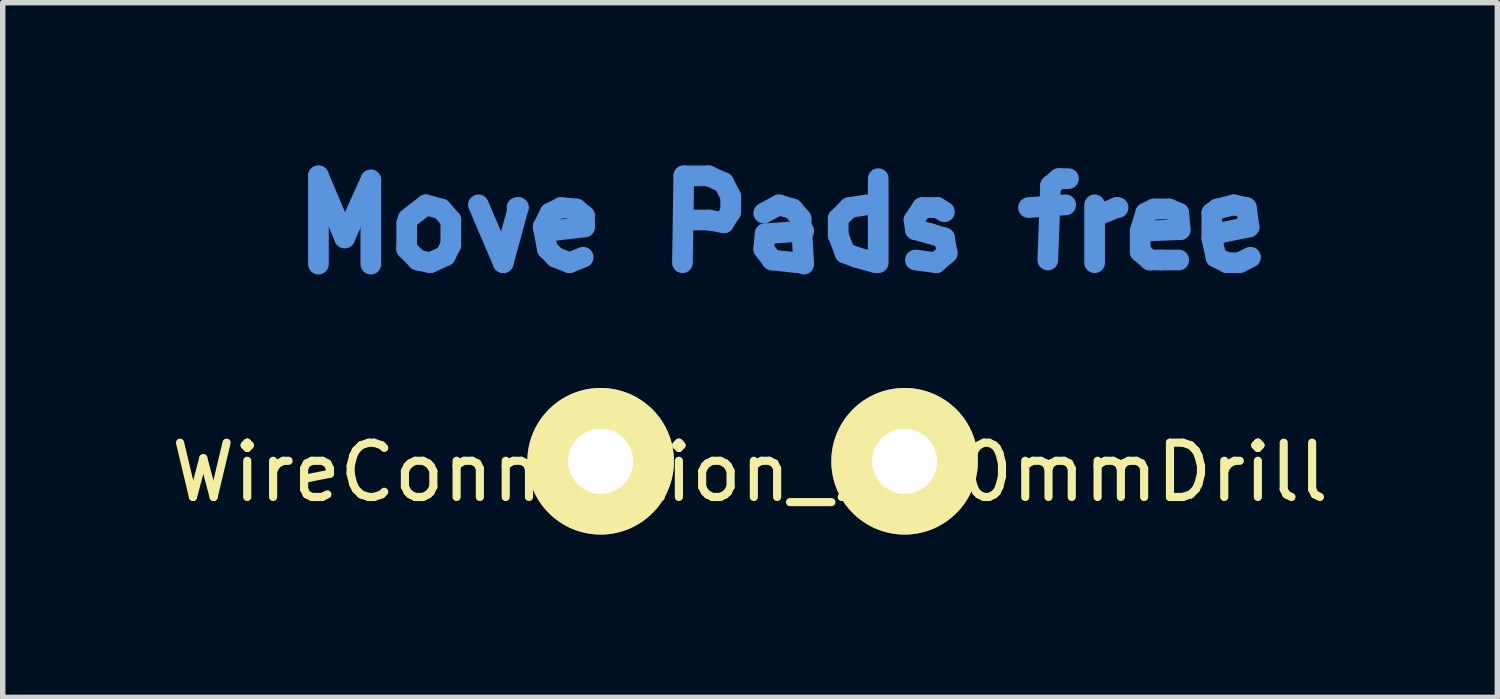
<source format=kicad_pcb>
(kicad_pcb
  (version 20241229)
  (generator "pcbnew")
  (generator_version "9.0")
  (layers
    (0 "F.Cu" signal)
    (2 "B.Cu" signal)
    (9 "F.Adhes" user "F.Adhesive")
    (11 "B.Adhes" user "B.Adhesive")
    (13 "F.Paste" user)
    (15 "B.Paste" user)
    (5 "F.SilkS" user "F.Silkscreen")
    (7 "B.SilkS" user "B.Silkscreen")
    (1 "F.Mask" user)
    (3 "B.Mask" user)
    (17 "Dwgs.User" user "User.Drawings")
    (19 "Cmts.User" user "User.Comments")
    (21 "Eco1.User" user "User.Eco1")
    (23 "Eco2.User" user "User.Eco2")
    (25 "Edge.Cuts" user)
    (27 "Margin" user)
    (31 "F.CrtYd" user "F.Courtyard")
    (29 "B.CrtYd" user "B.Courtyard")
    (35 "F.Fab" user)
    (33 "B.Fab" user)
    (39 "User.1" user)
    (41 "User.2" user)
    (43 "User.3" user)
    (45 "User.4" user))
  (footprint "WireConnection_1.20mmDrill"
    (layer "F.Cu")
    (at 5.916 5.448)
    (property "Reference" "WireConnection_1.20mmDrill" (at 4.851 0.203 0) (layer "F.SilkS") (effects (font (size 1 1) (thickness 0.15))))
    (attr through_hole)
    (fp_line (start -3.099 -5.258) (end -2.616 -4.115) (stroke (width 0.381) (type solid)) (layer "Cmts.User"))
    (fp_line (start -3.099 -3.632) (end -3.099 -5.258) (stroke (width 0.381) (type solid)) (layer "Cmts.User"))
    (fp_line (start -2.616 -4.115) (end -2.134 -5.182) (stroke (width 0.381) (type solid)) (layer "Cmts.User"))
    (fp_line (start -2.134 -5.182) (end -2.134 -3.632) (stroke (width 0.381) (type solid)) (layer "Cmts.User"))
    (fp_line (start -1.473 -4.394) (end -1.473 -3.912) (stroke (width 0.381) (type solid)) (layer "Cmts.User"))
    (fp_line (start -1.473 -3.912) (end -1.27 -3.708) (stroke (width 0.381) (type solid)) (layer "Cmts.User"))
    (fp_line (start -1.27 -3.708) (end -1.041 -3.658) (stroke (width 0.381) (type solid)) (layer "Cmts.User"))
    (fp_line (start -1.118 -4.724) (end -1.448 -4.47) (stroke (width 0.381) (type solid)) (layer "Cmts.User"))
    (fp_line (start -1.041 -3.658) (end -0.762 -3.785) (stroke (width 0.381) (type solid)) (layer "Cmts.User"))
    (fp_line (start -0.838 -4.648) (end -1.118 -4.724) (stroke (width 0.381) (type solid)) (layer "Cmts.User"))
    (fp_line (start -0.762 -3.785) (end -0.66 -3.988) (stroke (width 0.381) (type solid)) (layer "Cmts.User"))
    (fp_line (start -0.66 -4.445) (end -0.838 -4.648) (stroke (width 0.381) (type solid)) (layer "Cmts.User"))
    (fp_line (start -0.66 -3.988) (end -0.66 -4.445) (stroke (width 0.381) (type solid)) (layer "Cmts.User"))
    (fp_line (start -0.152 -4.724) (end 0.305 -3.658) (stroke (width 0.381) (type solid)) (layer "Cmts.User"))
    (fp_line (start 0.305 -3.658) (end 0.584 -4.674) (stroke (width 0.381) (type solid)) (layer "Cmts.User"))
    (fp_line (start 0.584 -4.674) (end 0.559 -4.674) (stroke (width 0.381) (type solid)) (layer "Cmts.User"))
    (fp_line (start 1.041 -4.318) (end 1.168 -4.572) (stroke (width 0.381) (type solid)) (layer "Cmts.User"))
    (fp_line (start 1.118 -3.912) (end 1.041 -4.318) (stroke (width 0.381) (type solid)) (layer "Cmts.User"))
    (fp_line (start 1.168 -4.572) (end 1.372 -4.674) (stroke (width 0.381) (type solid)) (layer "Cmts.User"))
    (fp_line (start 1.27 -3.759) (end 1.118 -3.912) (stroke (width 0.381) (type solid)) (layer "Cmts.User"))
    (fp_line (start 1.372 -4.674) (end 1.651 -4.648) (stroke (width 0.381) (type solid)) (layer "Cmts.User"))
    (fp_line (start 1.524 -3.658) (end 1.27 -3.759) (stroke (width 0.381) (type solid)) (layer "Cmts.User"))
    (fp_line (start 1.651 -4.648) (end 1.803 -4.521) (stroke (width 0.381) (type solid)) (layer "Cmts.User"))
    (fp_line (start 1.778 -3.759) (end 1.524 -3.658) (stroke (width 0.381) (type solid)) (layer "Cmts.User"))
    (fp_line (start 1.803 -4.521) (end 1.803 -4.318) (stroke (width 0.381) (type solid)) (layer "Cmts.User"))
    (fp_line (start 1.803 -4.318) (end 1.168 -4.242) (stroke (width 0.381) (type solid)) (layer "Cmts.User"))
    (fp_line (start 3.607 -3.658) (end 3.632 -5.258) (stroke (width 0.381) (type solid)) (layer "Cmts.User"))
    (fp_line (start 3.632 -5.258) (end 4.089 -5.258) (stroke (width 0.381) (type solid)) (layer "Cmts.User"))
    (fp_line (start 4.089 -5.258) (end 4.369 -5.131) (stroke (width 0.381) (type solid)) (layer "Cmts.User"))
    (fp_line (start 4.089 -4.445) (end 3.632 -4.445) (stroke (width 0.381) (type solid)) (layer "Cmts.User"))
    (fp_line (start 4.369 -5.131) (end 4.496 -4.877) (stroke (width 0.381) (type solid)) (layer "Cmts.User"))
    (fp_line (start 4.369 -4.394) (end 4.089 -4.445) (stroke (width 0.381) (type solid)) (layer "Cmts.User"))
    (fp_line (start 4.496 -4.877) (end 4.496 -4.597) (stroke (width 0.381) (type solid)) (layer "Cmts.User"))
    (fp_line (start 4.496 -4.597) (end 4.369 -4.394) (stroke (width 0.381) (type solid)) (layer "Cmts.User"))
    (fp_line (start 5.105 -4.572) (end 5.385 -4.724) (stroke (width 0.381) (type solid)) (layer "Cmts.User"))
    (fp_line (start 5.105 -3.912) (end 5.131 -4.191) (stroke (width 0.381) (type solid)) (layer "Cmts.User"))
    (fp_line (start 5.131 -4.191) (end 5.842 -4.242) (stroke (width 0.381) (type solid)) (layer "Cmts.User"))
    (fp_line (start 5.258 -3.708) (end 5.105 -3.912) (stroke (width 0.381) (type solid)) (layer "Cmts.User"))
    (fp_line (start 5.385 -4.724) (end 5.639 -4.648) (stroke (width 0.381) (type solid)) (layer "Cmts.User"))
    (fp_line (start 5.639 -4.648) (end 5.791 -4.47) (stroke (width 0.381) (type solid)) (layer "Cmts.User"))
    (fp_line (start 5.715 -3.658) (end 5.258 -3.708) (stroke (width 0.381) (type solid)) (layer "Cmts.User"))
    (fp_line (start 5.791 -4.47) (end 5.842 -3.632) (stroke (width 0.381) (type solid)) (layer "Cmts.User"))
    (fp_line (start 6.477 -4.47) (end 6.68 -4.674) (stroke (width 0.381) (type solid)) (layer "Cmts.User"))
    (fp_line (start 6.477 -4.166) (end 6.477 -4.47) (stroke (width 0.381) (type solid)) (layer "Cmts.User"))
    (fp_line (start 6.604 -3.835) (end 6.477 -4.166) (stroke (width 0.381) (type solid)) (layer "Cmts.User"))
    (fp_line (start 6.68 -4.674) (end 7.01 -4.724) (stroke (width 0.381) (type solid)) (layer "Cmts.User"))
    (fp_line (start 6.807 -3.759) (end 6.604 -3.835) (stroke (width 0.381) (type solid)) (layer "Cmts.User"))
    (fp_line (start 7.163 -3.658) (end 6.807 -3.759) (stroke (width 0.381) (type solid)) (layer "Cmts.User"))
    (fp_line (start 7.214 -5.207) (end 7.214 -3.658) (stroke (width 0.381) (type solid)) (layer "Cmts.User"))
    (fp_line (start 7.874 -4.445) (end 7.899 -4.267) (stroke (width 0.381) (type solid)) (layer "Cmts.User"))
    (fp_line (start 7.899 -4.267) (end 8.179 -4.191) (stroke (width 0.381) (type solid)) (layer "Cmts.User"))
    (fp_line (start 8.026 -4.674) (end 7.874 -4.445) (stroke (width 0.381) (type solid)) (layer "Cmts.User"))
    (fp_line (start 8.179 -4.191) (end 8.433 -4.115) (stroke (width 0.381) (type solid)) (layer "Cmts.User"))
    (fp_line (start 8.28 -3.658) (end 7.899 -3.708) (stroke (width 0.381) (type solid)) (layer "Cmts.User"))
    (fp_line (start 8.306 -4.674) (end 8.026 -4.674) (stroke (width 0.381) (type solid)) (layer "Cmts.User"))
    (fp_line (start 8.433 -4.597) (end 8.306 -4.674) (stroke (width 0.381) (type solid)) (layer "Cmts.User"))
    (fp_line (start 8.433 -4.115) (end 8.484 -3.835) (stroke (width 0.381) (type solid)) (layer "Cmts.User"))
    (fp_line (start 8.484 -3.835) (end 8.28 -3.658) (stroke (width 0.381) (type solid)) (layer "Cmts.User"))
    (fp_line (start 9.982 -4.674) (end 10.668 -4.724) (stroke (width 0.381) (type solid)) (layer "Cmts.User"))
    (fp_line (start 10.389 -5.08) (end 10.338 -3.708) (stroke (width 0.381) (type solid)) (layer "Cmts.User"))
    (fp_line (start 10.541 -5.207) (end 10.389 -5.08) (stroke (width 0.381) (type solid)) (layer "Cmts.User"))
    (fp_line (start 10.719 -5.207) (end 10.541 -5.207) (stroke (width 0.381) (type solid)) (layer "Cmts.User"))
    (fp_line (start 11.201 -4.724) (end 11.201 -3.658) (stroke (width 0.381) (type solid)) (layer "Cmts.User"))
    (fp_line (start 11.227 -4.521) (end 11.608 -4.674) (stroke (width 0.381) (type solid)) (layer "Cmts.User"))
    (fp_line (start 11.608 -4.674) (end 11.633 -4.674) (stroke (width 0.381) (type solid)) (layer "Cmts.User"))
    (fp_line (start 12.04 -4.242) (end 12.141 -4.572) (stroke (width 0.381) (type solid)) (layer "Cmts.User"))
    (fp_line (start 12.04 -3.861) (end 12.04 -4.242) (stroke (width 0.381) (type solid)) (layer "Cmts.User"))
    (fp_line (start 12.141 -4.572) (end 12.294 -4.648) (stroke (width 0.381) (type solid)) (layer "Cmts.User"))
    (fp_line (start 12.217 -3.708) (end 12.04 -3.861) (stroke (width 0.381) (type solid)) (layer "Cmts.User"))
    (fp_line (start 12.294 -4.648) (end 12.573 -4.648) (stroke (width 0.381) (type solid)) (layer "Cmts.User"))
    (fp_line (start 12.421 -3.708) (end 12.217 -3.708) (stroke (width 0.381) (type solid)) (layer "Cmts.User"))
    (fp_line (start 12.573 -4.648) (end 12.751 -4.572) (stroke (width 0.381) (type solid)) (layer "Cmts.User"))
    (fp_line (start 12.751 -4.572) (end 12.776 -4.267) (stroke (width 0.381) (type solid)) (layer "Cmts.User"))
    (fp_line (start 12.751 -3.708) (end 12.421 -3.708) (stroke (width 0.381) (type solid)) (layer "Cmts.User"))
    (fp_line (start 12.776 -4.267) (end 12.141 -4.242) (stroke (width 0.381) (type solid)) (layer "Cmts.User"))
    (fp_line (start 13.36 -4.572) (end 13.462 -4.648) (stroke (width 0.381) (type solid)) (layer "Cmts.User"))
    (fp_line (start 13.36 -4.115) (end 13.36 -4.572) (stroke (width 0.381) (type solid)) (layer "Cmts.User"))
    (fp_line (start 13.437 -4.191) (end 13.437 -4.242) (stroke (width 0.381) (type solid)) (layer "Cmts.User"))
    (fp_line (start 13.437 -3.759) (end 13.36 -4.115) (stroke (width 0.381) (type solid)) (layer "Cmts.User"))
    (fp_line (start 13.462 -4.648) (end 13.767 -4.724) (stroke (width 0.381) (type solid)) (layer "Cmts.User"))
    (fp_line (start 13.64 -3.658) (end 13.437 -3.759) (stroke (width 0.381) (type solid)) (layer "Cmts.User"))
    (fp_line (start 13.767 -4.724) (end 13.995 -4.674) (stroke (width 0.381) (type solid)) (layer "Cmts.User"))
    (fp_line (start 13.868 -3.658) (end 13.64 -3.658) (stroke (width 0.381) (type solid)) (layer "Cmts.User"))
    (fp_line (start 13.995 -4.674) (end 14.046 -4.318) (stroke (width 0.381) (type solid)) (layer "Cmts.User"))
    (fp_line (start 14.046 -4.318) (end 13.437 -4.191) (stroke (width 0.381) (type solid)) (layer "Cmts.User"))
    (fp_line (start 14.072 -3.759) (end 13.868 -3.658) (stroke (width 0.381) (type solid)) (layer "Cmts.User"))
    (pad "1" thru_hole circle (at 2.1 0) (size 2.7 2.7) (drill 1.199) (layers "*.Cu" "*.Mask" "F.SilkS"))
    (pad "2" thru_hole circle (at 7.7 0) (size 2.7 2.7) (drill 1.199) (layers "*.Cu" "*.Mask" "F.SilkS")))
  (gr_rect
    (start -3 -3)
    (end 24.536 9.798)
    (stroke (width 0.1) (type default))
    (fill no)
    (layer "Edge.Cuts")))
</source>
